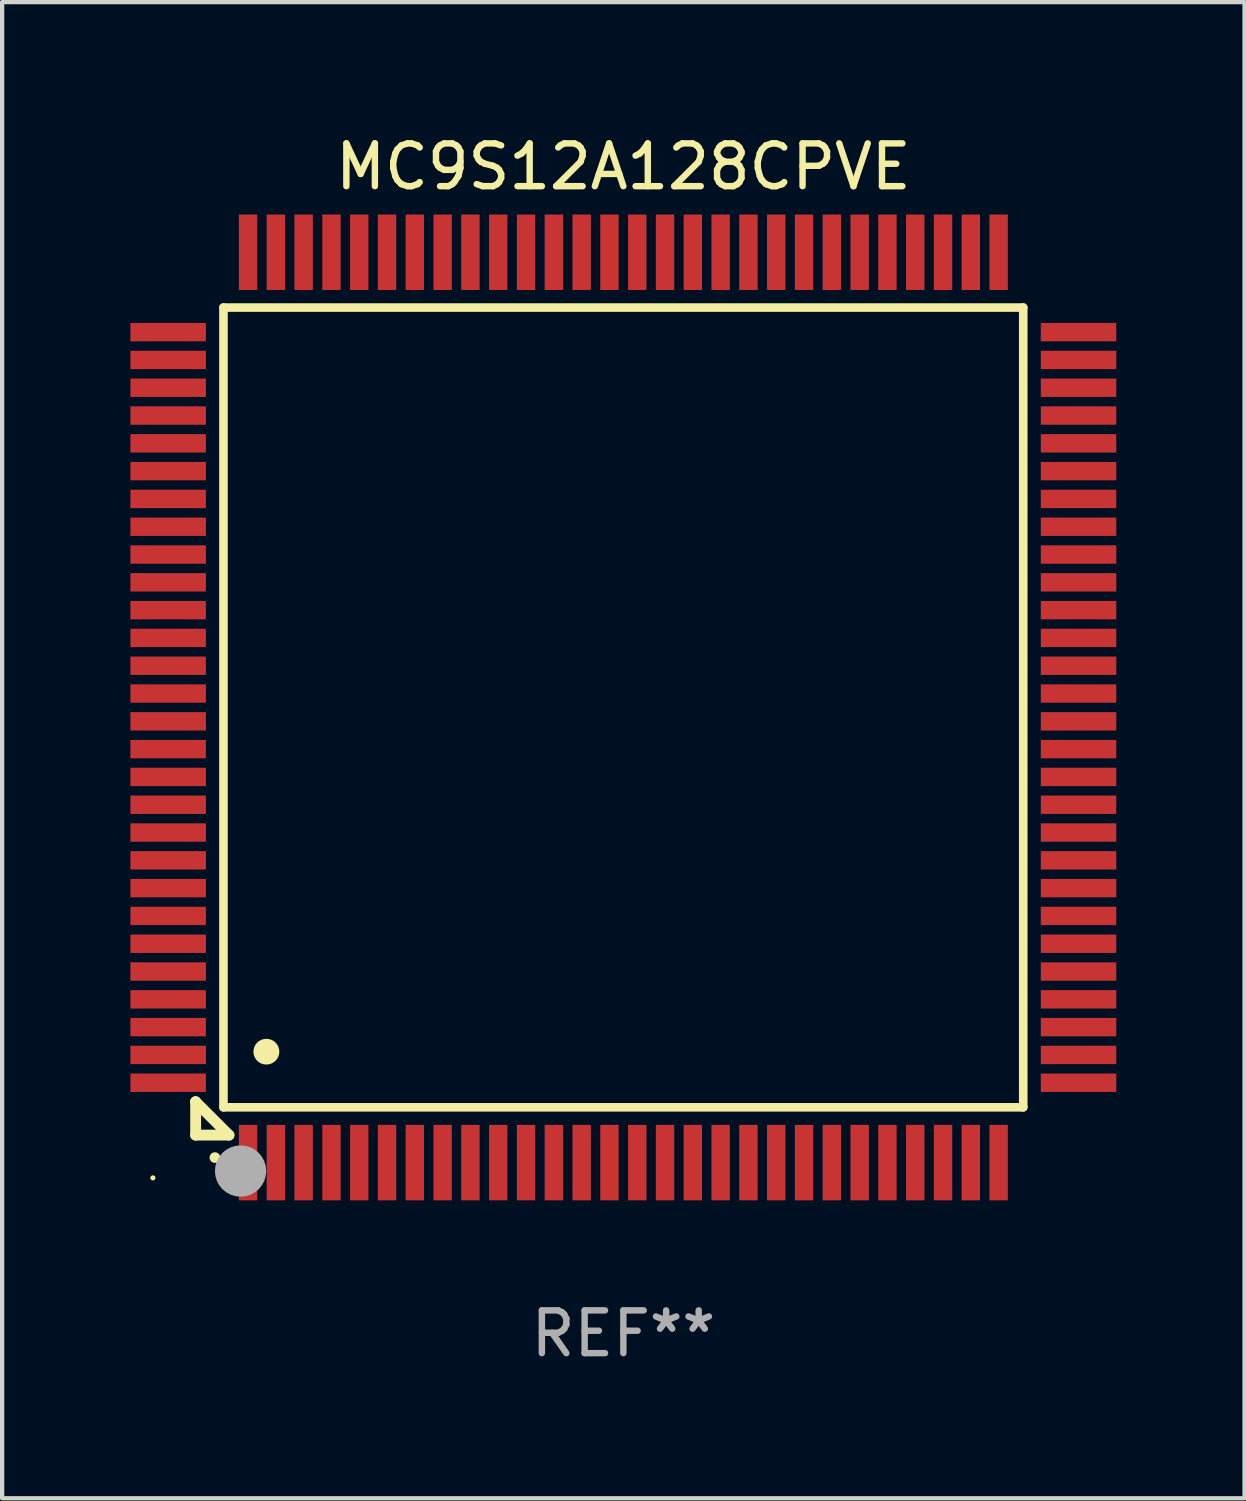
<source format=kicad_pcb>
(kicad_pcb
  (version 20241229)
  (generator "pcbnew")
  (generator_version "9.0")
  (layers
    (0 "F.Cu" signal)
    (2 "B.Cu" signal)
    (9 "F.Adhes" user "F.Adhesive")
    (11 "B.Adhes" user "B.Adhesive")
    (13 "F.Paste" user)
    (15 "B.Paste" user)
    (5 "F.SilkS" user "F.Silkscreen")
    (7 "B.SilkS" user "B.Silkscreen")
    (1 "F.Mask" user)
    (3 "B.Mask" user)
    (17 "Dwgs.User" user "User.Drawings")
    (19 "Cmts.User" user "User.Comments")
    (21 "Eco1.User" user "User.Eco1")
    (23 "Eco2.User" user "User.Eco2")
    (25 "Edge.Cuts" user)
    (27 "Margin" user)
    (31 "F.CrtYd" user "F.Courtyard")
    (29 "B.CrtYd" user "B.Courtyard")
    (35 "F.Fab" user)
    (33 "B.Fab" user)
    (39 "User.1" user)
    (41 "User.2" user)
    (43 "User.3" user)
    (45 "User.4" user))
  (footprint "MC9S12A128CPVE"
    (layer "F.Cu")
    (at 11.525 13.491)
    (property "Reference" "MC9S12A128CPVE" (at 0 -12.643 0) (layer "F.SilkS") (effects (font (size 1 1) (thickness 0.15))))
    (attr through_hole)
    (fp_line (start -10 9.221) (end -10 9.221) (stroke (width 0.254) (type solid)) (layer "F.SilkS"))
    (fp_line (start -10 9.221) (end -10 10) (stroke (width 0.254) (type solid)) (layer "F.SilkS"))
    (fp_line (start -10 9.221) (end -9.221 10) (stroke (width 0.254) (type solid)) (layer "F.SilkS"))
    (fp_line (start -10 10) (end -9.221 10) (stroke (width 0.254) (type solid)) (layer "F.SilkS"))
    (fp_line (start -9.35 -9.35) (end -9.35 9.35) (stroke (width 0.201) (type solid)) (layer "F.SilkS"))
    (fp_line (start -9.35 9.35) (end 9.35 9.35) (stroke (width 0.201) (type solid)) (layer "F.SilkS"))
    (fp_line (start 9.35 -9.35) (end -9.35 -9.35) (stroke (width 0.201) (type solid)) (layer "F.SilkS"))
    (fp_line (start 9.35 9.35) (end 9.35 -9.35) (stroke (width 0.201) (type solid)) (layer "F.SilkS"))
    (fp_arc (start -9.550546 10.525832) (mid -9.549276 10.525826) (end -9.548006 10.525832) (stroke (width 0.24892) (type solid)) (layer "F.SilkS"))
    (fp_arc (start -8.349124 8.049327) (mid -8.346584 8.049316) (end -8.344044 8.049327) (stroke (width 0.599441) (type solid)) (layer "F.SilkS"))
    (fp_circle (center -11 11) (end -10.97 11) (stroke (width 0.06) (type solid)) (fill no) (layer "F.SilkS"))
    (fp_circle (center -8.95 10.84) (end -8.65 10.84) (stroke (width 0.6) (type solid)) (fill no) (layer "F.Fab"))
    (fp_text user "REF**" (at 0 14.643 0) (layer "F.Fab") (effects (font (size 1 1) (thickness 0.15))))
    (pad "1" smd rect (at -8.775 10.643) (size 0.43 1.765) (layers "F.Cu" "F.Mask" "F.Paste"))
    (pad "2" smd rect (at -8.125 10.643) (size 0.43 1.765) (layers "F.Cu" "F.Mask" "F.Paste"))
    (pad "3" smd rect (at -7.475 10.643) (size 0.43 1.765) (layers "F.Cu" "F.Mask" "F.Paste"))
    (pad "4" smd rect (at -6.825 10.643) (size 0.43 1.765) (layers "F.Cu" "F.Mask" "F.Paste"))
    (pad "5" smd rect (at -6.175 10.643) (size 0.43 1.765) (layers "F.Cu" "F.Mask" "F.Paste"))
    (pad "6" smd rect (at -5.525 10.643) (size 0.43 1.765) (layers "F.Cu" "F.Mask" "F.Paste"))
    (pad "7" smd rect (at -4.875 10.643) (size 0.43 1.765) (layers "F.Cu" "F.Mask" "F.Paste"))
    (pad "8" smd rect (at -4.225 10.643) (size 0.43 1.765) (layers "F.Cu" "F.Mask" "F.Paste"))
    (pad "9" smd rect (at -3.575 10.643) (size 0.43 1.765) (layers "F.Cu" "F.Mask" "F.Paste"))
    (pad "10" smd rect (at -2.925 10.643) (size 0.43 1.765) (layers "F.Cu" "F.Mask" "F.Paste"))
    (pad "11" smd rect (at -2.275 10.643) (size 0.43 1.765) (layers "F.Cu" "F.Mask" "F.Paste"))
    (pad "12" smd rect (at -1.625 10.643) (size 0.43 1.765) (layers "F.Cu" "F.Mask" "F.Paste"))
    (pad "13" smd rect (at -0.975 10.643) (size 0.43 1.765) (layers "F.Cu" "F.Mask" "F.Paste"))
    (pad "14" smd rect (at -0.325 10.643) (size 0.43 1.765) (layers "F.Cu" "F.Mask" "F.Paste"))
    (pad "15" smd rect (at 0.325 10.643) (size 0.43 1.765) (layers "F.Cu" "F.Mask" "F.Paste"))
    (pad "16" smd rect (at 0.975 10.643) (size 0.43 1.765) (layers "F.Cu" "F.Mask" "F.Paste"))
    (pad "17" smd rect (at 1.625 10.643) (size 0.43 1.765) (layers "F.Cu" "F.Mask" "F.Paste"))
    (pad "18" smd rect (at 2.275 10.643) (size 0.43 1.765) (layers "F.Cu" "F.Mask" "F.Paste"))
    (pad "19" smd rect (at 2.925 10.643) (size 0.43 1.765) (layers "F.Cu" "F.Mask" "F.Paste"))
    (pad "20" smd rect (at 3.575 10.643) (size 0.43 1.765) (layers "F.Cu" "F.Mask" "F.Paste"))
    (pad "21" smd rect (at 4.225 10.643) (size 0.43 1.765) (layers "F.Cu" "F.Mask" "F.Paste"))
    (pad "22" smd rect (at 4.875 10.643) (size 0.43 1.765) (layers "F.Cu" "F.Mask" "F.Paste"))
    (pad "23" smd rect (at 5.525 10.643) (size 0.43 1.765) (layers "F.Cu" "F.Mask" "F.Paste"))
    (pad "24" smd rect (at 6.175 10.643) (size 0.43 1.765) (layers "F.Cu" "F.Mask" "F.Paste"))
    (pad "25" smd rect (at 6.825 10.643) (size 0.43 1.765) (layers "F.Cu" "F.Mask" "F.Paste"))
    (pad "26" smd rect (at 7.475 10.643) (size 0.43 1.765) (layers "F.Cu" "F.Mask" "F.Paste"))
    (pad "27" smd rect (at 8.125 10.643) (size 0.43 1.765) (layers "F.Cu" "F.Mask" "F.Paste"))
    (pad "28" smd rect (at 8.775 10.643) (size 0.43 1.765) (layers "F.Cu" "F.Mask" "F.Paste"))
    (pad "29" smd rect (at 10.643 8.775) (size 1.765 0.43) (layers "F.Cu" "F.Mask" "F.Paste"))
    (pad "30" smd rect (at 10.643 8.125) (size 1.765 0.43) (layers "F.Cu" "F.Mask" "F.Paste"))
    (pad "31" smd rect (at 10.643 7.475) (size 1.765 0.43) (layers "F.Cu" "F.Mask" "F.Paste"))
    (pad "32" smd rect (at 10.643 6.825) (size 1.765 0.43) (layers "F.Cu" "F.Mask" "F.Paste"))
    (pad "33" smd rect (at 10.643 6.175) (size 1.765 0.43) (layers "F.Cu" "F.Mask" "F.Paste"))
    (pad "34" smd rect (at 10.643 5.525) (size 1.765 0.43) (layers "F.Cu" "F.Mask" "F.Paste"))
    (pad "35" smd rect (at 10.643 4.875) (size 1.765 0.43) (layers "F.Cu" "F.Mask" "F.Paste"))
    (pad "36" smd rect (at 10.643 4.225) (size 1.765 0.43) (layers "F.Cu" "F.Mask" "F.Paste"))
    (pad "37" smd rect (at 10.643 3.575) (size 1.765 0.43) (layers "F.Cu" "F.Mask" "F.Paste"))
    (pad "38" smd rect (at 10.643 2.925) (size 1.765 0.43) (layers "F.Cu" "F.Mask" "F.Paste"))
    (pad "39" smd rect (at 10.643 2.275) (size 1.765 0.43) (layers "F.Cu" "F.Mask" "F.Paste"))
    (pad "40" smd rect (at 10.643 1.625) (size 1.765 0.43) (layers "F.Cu" "F.Mask" "F.Paste"))
    (pad "41" smd rect (at 10.643 0.975) (size 1.765 0.43) (layers "F.Cu" "F.Mask" "F.Paste"))
    (pad "42" smd rect (at 10.643 0.325) (size 1.765 0.43) (layers "F.Cu" "F.Mask" "F.Paste"))
    (pad "43" smd rect (at 10.643 -0.325) (size 1.765 0.43) (layers "F.Cu" "F.Mask" "F.Paste"))
    (pad "44" smd rect (at 10.643 -0.975) (size 1.765 0.43) (layers "F.Cu" "F.Mask" "F.Paste"))
    (pad "45" smd rect (at 10.643 -1.625) (size 1.765 0.43) (layers "F.Cu" "F.Mask" "F.Paste"))
    (pad "46" smd rect (at 10.643 -2.275) (size 1.765 0.43) (layers "F.Cu" "F.Mask" "F.Paste"))
    (pad "47" smd rect (at 10.643 -2.925) (size 1.765 0.43) (layers "F.Cu" "F.Mask" "F.Paste"))
    (pad "48" smd rect (at 10.643 -3.575) (size 1.765 0.43) (layers "F.Cu" "F.Mask" "F.Paste"))
    (pad "49" smd rect (at 10.643 -4.225) (size 1.765 0.43) (layers "F.Cu" "F.Mask" "F.Paste"))
    (pad "50" smd rect (at 10.643 -4.875) (size 1.765 0.43) (layers "F.Cu" "F.Mask" "F.Paste"))
    (pad "51" smd rect (at 10.643 -5.525) (size 1.765 0.43) (layers "F.Cu" "F.Mask" "F.Paste"))
    (pad "52" smd rect (at 10.643 -6.175) (size 1.765 0.43) (layers "F.Cu" "F.Mask" "F.Paste"))
    (pad "53" smd rect (at 10.643 -6.825) (size 1.765 0.43) (layers "F.Cu" "F.Mask" "F.Paste"))
    (pad "54" smd rect (at 10.643 -7.475) (size 1.765 0.43) (layers "F.Cu" "F.Mask" "F.Paste"))
    (pad "55" smd rect (at 10.643 -8.125) (size 1.765 0.43) (layers "F.Cu" "F.Mask" "F.Paste"))
    (pad "56" smd rect (at 10.643 -8.775) (size 1.765 0.43) (layers "F.Cu" "F.Mask" "F.Paste"))
    (pad "57" smd rect (at 8.775 -10.643) (size 0.43 1.765) (layers "F.Cu" "F.Mask" "F.Paste"))
    (pad "58" smd rect (at 8.125 -10.643) (size 0.43 1.765) (layers "F.Cu" "F.Mask" "F.Paste"))
    (pad "59" smd rect (at 7.475 -10.643) (size 0.43 1.765) (layers "F.Cu" "F.Mask" "F.Paste"))
    (pad "60" smd rect (at 6.825 -10.643) (size 0.43 1.765) (layers "F.Cu" "F.Mask" "F.Paste"))
    (pad "61" smd rect (at 6.175 -10.643) (size 0.43 1.765) (layers "F.Cu" "F.Mask" "F.Paste"))
    (pad "62" smd rect (at 5.525 -10.643) (size 0.43 1.765) (layers "F.Cu" "F.Mask" "F.Paste"))
    (pad "63" smd rect (at 4.875 -10.643) (size 0.43 1.765) (layers "F.Cu" "F.Mask" "F.Paste"))
    (pad "64" smd rect (at 4.225 -10.643) (size 0.43 1.765) (layers "F.Cu" "F.Mask" "F.Paste"))
    (pad "65" smd rect (at 3.575 -10.643) (size 0.43 1.765) (layers "F.Cu" "F.Mask" "F.Paste"))
    (pad "66" smd rect (at 2.925 -10.643) (size 0.43 1.765) (layers "F.Cu" "F.Mask" "F.Paste"))
    (pad "67" smd rect (at 2.275 -10.643) (size 0.43 1.765) (layers "F.Cu" "F.Mask" "F.Paste"))
    (pad "68" smd rect (at 1.625 -10.643) (size 0.43 1.765) (layers "F.Cu" "F.Mask" "F.Paste"))
    (pad "69" smd rect (at 0.975 -10.643) (size 0.43 1.765) (layers "F.Cu" "F.Mask" "F.Paste"))
    (pad "70" smd rect (at 0.325 -10.643) (size 0.43 1.765) (layers "F.Cu" "F.Mask" "F.Paste"))
    (pad "71" smd rect (at -0.325 -10.643) (size 0.43 1.765) (layers "F.Cu" "F.Mask" "F.Paste"))
    (pad "72" smd rect (at -0.975 -10.643) (size 0.43 1.765) (layers "F.Cu" "F.Mask" "F.Paste"))
    (pad "73" smd rect (at -1.625 -10.643) (size 0.43 1.765) (layers "F.Cu" "F.Mask" "F.Paste"))
    (pad "74" smd rect (at -2.275 -10.643) (size 0.43 1.765) (layers "F.Cu" "F.Mask" "F.Paste"))
    (pad "75" smd rect (at -2.925 -10.643) (size 0.43 1.765) (layers "F.Cu" "F.Mask" "F.Paste"))
    (pad "76" smd rect (at -3.575 -10.643) (size 0.43 1.765) (layers "F.Cu" "F.Mask" "F.Paste"))
    (pad "77" smd rect (at -4.225 -10.643) (size 0.43 1.765) (layers "F.Cu" "F.Mask" "F.Paste"))
    (pad "78" smd rect (at -4.875 -10.643) (size 0.43 1.765) (layers "F.Cu" "F.Mask" "F.Paste"))
    (pad "79" smd rect (at -5.525 -10.643) (size 0.43 1.765) (layers "F.Cu" "F.Mask" "F.Paste"))
    (pad "80" smd rect (at -6.175 -10.643) (size 0.43 1.765) (layers "F.Cu" "F.Mask" "F.Paste"))
    (pad "81" smd rect (at -6.825 -10.643) (size 0.43 1.765) (layers "F.Cu" "F.Mask" "F.Paste"))
    (pad "82" smd rect (at -7.475 -10.643) (size 0.43 1.765) (layers "F.Cu" "F.Mask" "F.Paste"))
    (pad "83" smd rect (at -8.125 -10.643) (size 0.43 1.765) (layers "F.Cu" "F.Mask" "F.Paste"))
    (pad "84" smd rect (at -8.775 -10.643) (size 0.43 1.765) (layers "F.Cu" "F.Mask" "F.Paste"))
    (pad "85" smd rect (at -10.643 -8.775) (size 1.765 0.43) (layers "F.Cu" "F.Mask" "F.Paste"))
    (pad "86" smd rect (at -10.643 -8.125) (size 1.765 0.43) (layers "F.Cu" "F.Mask" "F.Paste"))
    (pad "87" smd rect (at -10.643 -7.475) (size 1.765 0.43) (layers "F.Cu" "F.Mask" "F.Paste"))
    (pad "88" smd rect (at -10.643 -6.825) (size 1.765 0.43) (layers "F.Cu" "F.Mask" "F.Paste"))
    (pad "89" smd rect (at -10.643 -6.175) (size 1.765 0.43) (layers "F.Cu" "F.Mask" "F.Paste"))
    (pad "90" smd rect (at -10.643 -5.525) (size 1.765 0.43) (layers "F.Cu" "F.Mask" "F.Paste"))
    (pad "91" smd rect (at -10.643 -4.875) (size 1.765 0.43) (layers "F.Cu" "F.Mask" "F.Paste"))
    (pad "92" smd rect (at -10.643 -4.225) (size 1.765 0.43) (layers "F.Cu" "F.Mask" "F.Paste"))
    (pad "93" smd rect (at -10.643 -3.575) (size 1.765 0.43) (layers "F.Cu" "F.Mask" "F.Paste"))
    (pad "94" smd rect (at -10.643 -2.925) (size 1.765 0.43) (layers "F.Cu" "F.Mask" "F.Paste"))
    (pad "95" smd rect (at -10.643 -2.275) (size 1.765 0.43) (layers "F.Cu" "F.Mask" "F.Paste"))
    (pad "96" smd rect (at -10.643 -1.625) (size 1.765 0.43) (layers "F.Cu" "F.Mask" "F.Paste"))
    (pad "97" smd rect (at -10.643 -0.975) (size 1.765 0.43) (layers "F.Cu" "F.Mask" "F.Paste"))
    (pad "98" smd rect (at -10.643 -0.325) (size 1.765 0.43) (layers "F.Cu" "F.Mask" "F.Paste"))
    (pad "99" smd rect (at -10.643 0.325) (size 1.765 0.43) (layers "F.Cu" "F.Mask" "F.Paste"))
    (pad "100" smd rect (at -10.643 0.975) (size 1.765 0.43) (layers "F.Cu" "F.Mask" "F.Paste"))
    (pad "101" smd rect (at -10.643 1.625) (size 1.765 0.43) (layers "F.Cu" "F.Mask" "F.Paste"))
    (pad "102" smd rect (at -10.643 2.275) (size 1.765 0.43) (layers "F.Cu" "F.Mask" "F.Paste"))
    (pad "103" smd rect (at -10.643 2.925) (size 1.765 0.43) (layers "F.Cu" "F.Mask" "F.Paste"))
    (pad "104" smd rect (at -10.643 3.575) (size 1.765 0.43) (layers "F.Cu" "F.Mask" "F.Paste"))
    (pad "105" smd rect (at -10.643 4.225) (size 1.765 0.43) (layers "F.Cu" "F.Mask" "F.Paste"))
    (pad "106" smd rect (at -10.643 4.875) (size 1.765 0.43) (layers "F.Cu" "F.Mask" "F.Paste"))
    (pad "107" smd rect (at -10.643 5.525) (size 1.765 0.43) (layers "F.Cu" "F.Mask" "F.Paste"))
    (pad "108" smd rect (at -10.643 6.175) (size 1.765 0.43) (layers "F.Cu" "F.Mask" "F.Paste"))
    (pad "109" smd rect (at -10.643 6.825) (size 1.765 0.43) (layers "F.Cu" "F.Mask" "F.Paste"))
    (pad "110" smd rect (at -10.643 7.475) (size 1.765 0.43) (layers "F.Cu" "F.Mask" "F.Paste"))
    (pad "111" smd rect (at -10.643 8.125) (size 1.765 0.43) (layers "F.Cu" "F.Mask" "F.Paste"))
    (pad "112" smd rect (at -10.643 8.775) (size 1.765 0.43) (layers "F.Cu" "F.Mask" "F.Paste")))
  (gr_rect
    (start -3 -3)
    (end 26.05 31.982)
    (stroke (width 0.1) (type default))
    (fill no)
    (layer "Edge.Cuts")))
</source>
